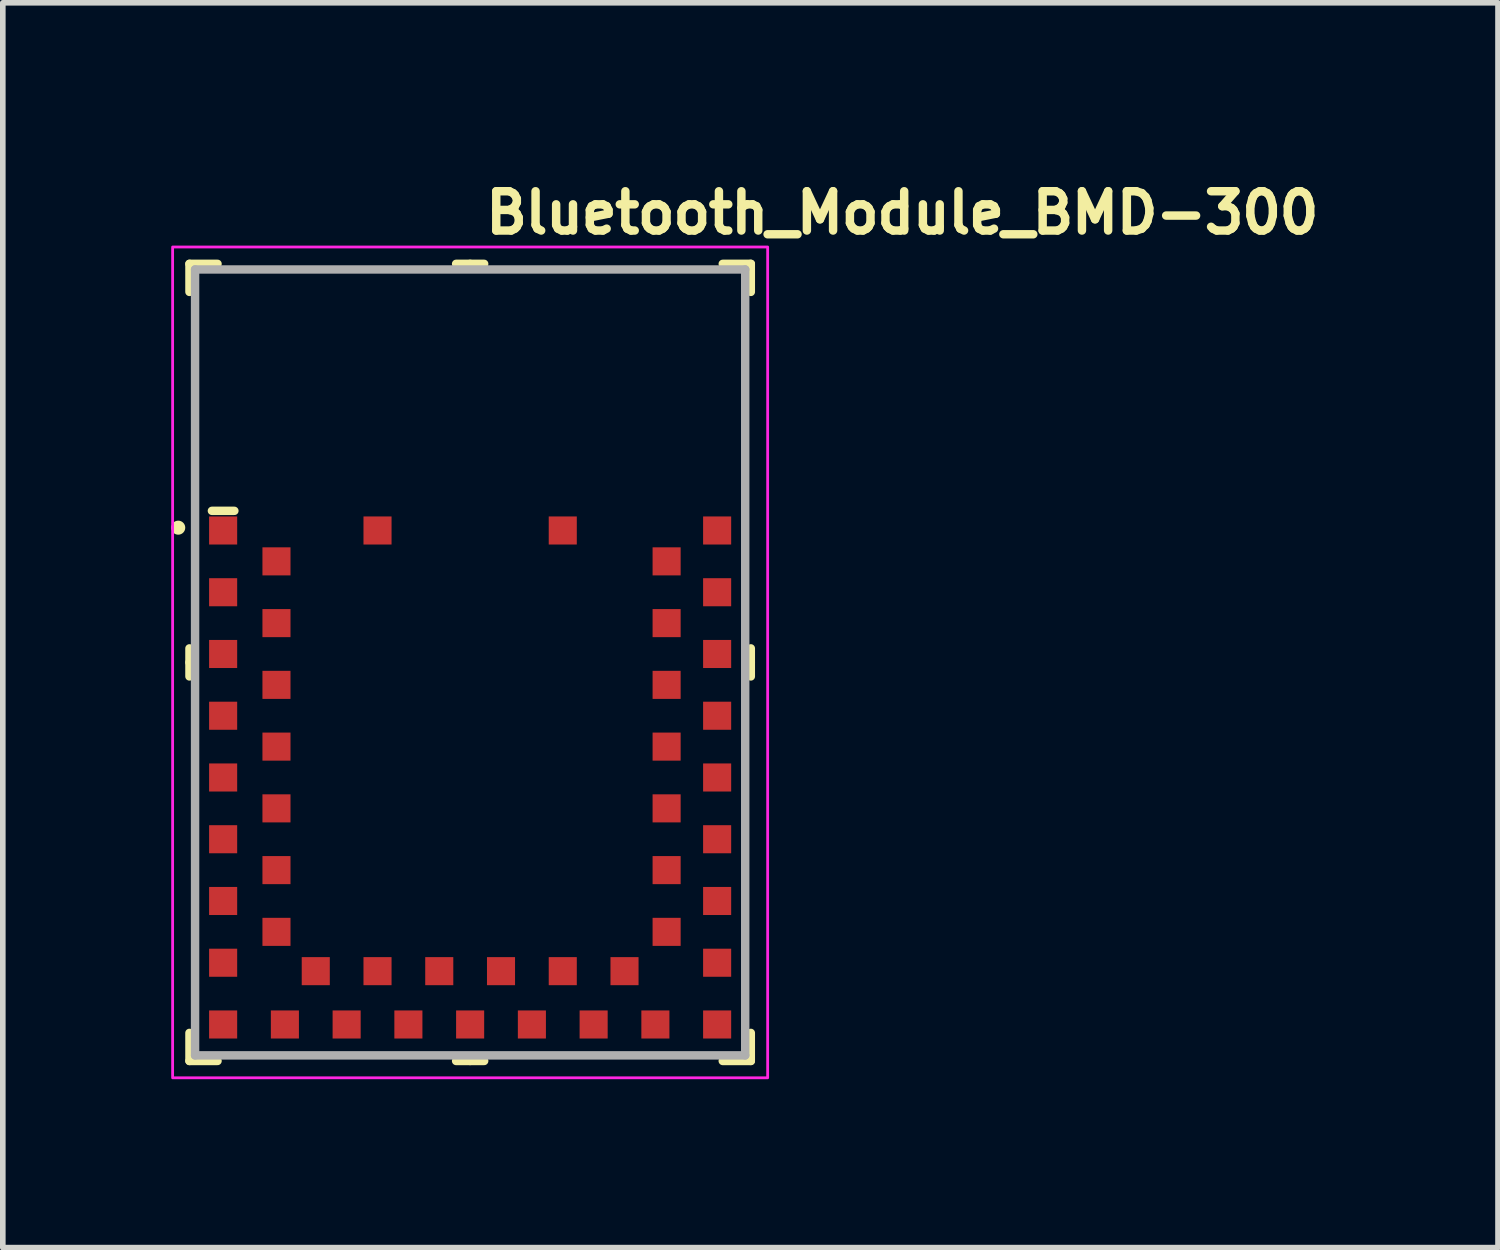
<source format=kicad_pcb>
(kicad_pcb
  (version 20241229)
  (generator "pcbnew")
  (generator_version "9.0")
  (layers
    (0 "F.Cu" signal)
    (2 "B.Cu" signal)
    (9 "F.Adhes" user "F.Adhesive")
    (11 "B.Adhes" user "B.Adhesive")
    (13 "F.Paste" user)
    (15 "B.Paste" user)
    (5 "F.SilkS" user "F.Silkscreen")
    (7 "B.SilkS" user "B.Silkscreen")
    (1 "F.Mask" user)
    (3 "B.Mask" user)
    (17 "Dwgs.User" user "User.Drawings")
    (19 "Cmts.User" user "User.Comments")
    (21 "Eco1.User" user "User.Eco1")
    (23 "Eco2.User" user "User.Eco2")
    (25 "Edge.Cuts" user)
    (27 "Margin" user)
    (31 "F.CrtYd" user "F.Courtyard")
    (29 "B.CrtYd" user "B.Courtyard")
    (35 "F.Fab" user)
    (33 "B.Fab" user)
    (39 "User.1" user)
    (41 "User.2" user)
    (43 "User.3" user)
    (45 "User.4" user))
  (footprint "Bluetooth_Module_BMD-300"
    (layer "F.Cu")
    (at 5.525 8.55)
    (property "Reference" "Bluetooth_Module_BMD-300" (at 0 -7.4 0) (layer "F.SilkS") (effects (font (size 0.7 0.7) (thickness 0.15)) (justify left bottom)))
    (attr smd)
    (fp_line (start -5.2 -6.9) (end -5.2 -6.4) (stroke (width 0.15) (type solid)) (layer "F.SilkS"))
    (fp_line (start -5.2 -6.9) (end -4.7 -6.9) (stroke (width 0.15) (type solid)) (layer "F.SilkS"))
    (fp_line (start -5.2 0.2) (end -5.2 -0.05) (stroke (width 0.15) (type solid)) (layer "F.SilkS"))
    (fp_line (start -5.2 0.2) (end -5.2 0.45) (stroke (width 0.15) (type solid)) (layer "F.SilkS"))
    (fp_line (start -5.2 7.3) (end -5.2 6.8) (stroke (width 0.15) (type solid)) (layer "F.SilkS"))
    (fp_line (start -5.2 7.3) (end -4.7 7.3) (stroke (width 0.15) (type solid)) (layer "F.SilkS"))
    (fp_line (start -4.4 -2.5) (end -4.8 -2.5) (stroke (width 0.15) (type solid)) (layer "F.SilkS"))
    (fp_line (start -0.2 -6.9) (end -0.45 -6.9) (stroke (width 0.15) (type solid)) (layer "F.SilkS"))
    (fp_line (start -0.2 -6.9) (end 0.05 -6.9) (stroke (width 0.15) (type solid)) (layer "F.SilkS"))
    (fp_line (start -0.2 7.3) (end -0.45 7.3) (stroke (width 0.15) (type solid)) (layer "F.SilkS"))
    (fp_line (start -0.2 7.3) (end 0.05 7.3) (stroke (width 0.15) (type solid)) (layer "F.SilkS"))
    (fp_line (start 4.8 -6.9) (end 4.3 -6.9) (stroke (width 0.15) (type solid)) (layer "F.SilkS"))
    (fp_line (start 4.8 -6.9) (end 4.8 -6.4) (stroke (width 0.15) (type solid)) (layer "F.SilkS"))
    (fp_line (start 4.8 0.2) (end 4.8 -0.05) (stroke (width 0.15) (type solid)) (layer "F.SilkS"))
    (fp_line (start 4.8 0.2) (end 4.8 0.45) (stroke (width 0.15) (type solid)) (layer "F.SilkS"))
    (fp_line (start 4.8 7.3) (end 4.3 7.3) (stroke (width 0.15) (type solid)) (layer "F.SilkS"))
    (fp_line (start 4.8 7.3) (end 4.8 6.8) (stroke (width 0.15) (type solid)) (layer "F.SilkS"))
    (fp_circle (center -5.4 -2.2) (end -5.4 -2.15) (stroke (width 0.15) (type solid)) (fill yes) (layer "F.SilkS"))
    (fp_rect (start 5.1 -7.2) (end -5.5 7.6) (stroke (width 0.05) (type solid)) (fill no) (layer "F.CrtYd"))
    (fp_line (start -5.1 -6.8) (end -5.1 7.2) (stroke (width 0.15) (type solid)) (layer "F.Fab"))
    (fp_line (start 4.7 -6.8) (end -5.1 -6.8) (stroke (width 0.15) (type solid)) (layer "F.Fab"))
    (fp_line (start 4.7 -6.8) (end 4.7 7.2) (stroke (width 0.15) (type solid)) (layer "F.Fab"))
    (fp_line (start 4.7 7.2) (end -5.1 7.2) (stroke (width 0.15) (type solid)) (layer "F.Fab"))
    (fp_rect (start -5.1 7.2) (end 4.7 -6.8) (stroke (width 0.1) (type solid)) (fill no) (layer "User.5"))
    (fp_line (start -5.1 -6.8) (end -5.1 7.2) (stroke (width 0.02) (type solid)) (layer "User.9"))
    (fp_line (start -5.1 7.2) (end 4.7 7.2) (stroke (width 0.02) (type solid)) (layer "User.9"))
    (fp_line (start -4.876 -1.696) (end -4.876 0.404) (stroke (width 0.02) (type solid)) (layer "User.9"))
    (fp_line (start -4.876 0.404) (end -4.525 0.404) (stroke (width 0.02) (type solid)) (layer "User.9"))
    (fp_line (start -4.827 4.319) (end -4.827 4.619) (stroke (width 0.02) (type solid)) (layer "User.9"))
    (fp_line (start -4.827 4.319) (end -4.525 4.319) (stroke (width 0.02) (type solid)) (layer "User.9"))
    (fp_line (start -4.827 5.619) (end -4.827 5.919) (stroke (width 0.02) (type solid)) (layer "User.9"))
    (fp_line (start -4.825 0.49) (end -4.825 2.971) (stroke (width 0.02) (type solid)) (layer "User.9"))
    (fp_line (start -4.825 0.49) (end -4.737 0.49) (stroke (width 0.02) (type solid)) (layer "User.9"))
    (fp_line (start -4.817 5.619) (end -4.817 4.619) (stroke (width 0.02) (type solid)) (layer "User.9"))
    (fp_line (start -4.737 0.49) (end -4.737 0.49) (stroke (width 0.02) (type solid)) (layer "User.9"))
    (fp_line (start -4.737 0.49) (end -4.525 0.49) (stroke (width 0.02) (type solid)) (layer "User.9"))
    (fp_line (start -4.737 2.971) (end -4.825 2.971) (stroke (width 0.02) (type solid)) (layer "User.9"))
    (fp_line (start -4.737 2.971) (end -4.737 2.971) (stroke (width 0.02) (type solid)) (layer "User.9"))
    (fp_line (start -4.675 3.268) (end -4.525 3.268) (stroke (width 0.02) (type solid)) (layer "User.9"))
    (fp_line (start -4.675 3.768) (end -4.675 3.268) (stroke (width 0.02) (type solid)) (layer "User.9"))
    (fp_line (start -4.675 3.768) (end -4.525 3.768) (stroke (width 0.02) (type solid)) (layer "User.9"))
    (fp_line (start -4.645 6.47) (end -4.525 6.47) (stroke (width 0.02) (type solid)) (layer "User.9"))
    (fp_line (start -4.645 6.97) (end -4.645 6.47) (stroke (width 0.02) (type solid)) (layer "User.9"))
    (fp_line (start -4.645 6.97) (end -4.395 6.97) (stroke (width 0.02) (type solid)) (layer "User.9"))
    (fp_line (start -4.525 -2.35) (end 4.125 -2.35) (stroke (width 0.02) (type solid)) (layer "User.9"))
    (fp_line (start -4.525 -2.262) (end -4.525 -2.35) (stroke (width 0.02) (type solid)) (layer "User.9"))
    (fp_line (start -4.525 -2.262) (end -4.525 -2.262) (stroke (width 0.02) (type solid)) (layer "User.9"))
    (fp_line (start -4.525 -2.05) (end -4.525 -2.262) (stroke (width 0.02) (type solid)) (layer "User.9"))
    (fp_line (start -4.525 -1.696) (end -4.876 -1.696) (stroke (width 0.02) (type solid)) (layer "User.9"))
    (fp_line (start -4.525 0.49) (end -4.525 -2.05) (stroke (width 0.02) (type solid)) (layer "User.9"))
    (fp_line (start -4.525 2.971) (end -4.737 2.971) (stroke (width 0.02) (type solid)) (layer "User.9"))
    (fp_line (start -4.525 4.619) (end -4.827 4.619) (stroke (width 0.02) (type solid)) (layer "User.9"))
    (fp_line (start -4.525 5.619) (end -4.827 5.619) (stroke (width 0.02) (type solid)) (layer "User.9"))
    (fp_line (start -4.525 5.919) (end -4.827 5.919) (stroke (width 0.02) (type solid)) (layer "User.9"))
    (fp_line (start -4.525 6.67) (end -4.525 2.971) (stroke (width 0.02) (type solid)) (layer "User.9"))
    (fp_line (start -4.395 6.67) (end -4.395 6.97) (stroke (width 0.02) (type solid)) (layer "User.9"))
    (fp_line (start -3.895 6.67) (end -3.895 6.97) (stroke (width 0.02) (type solid)) (layer "User.9"))
    (fp_line (start -3.895 6.96) (end -4.395 6.96) (stroke (width 0.02) (type solid)) (layer "User.9"))
    (fp_line (start -3.895 6.97) (end -3.645 6.97) (stroke (width 0.02) (type solid)) (layer "User.9"))
    (fp_line (start -3.645 6.67) (end -3.645 6.97) (stroke (width 0.02) (type solid)) (layer "User.9"))
    (fp_line (start -3.16 6.67) (end -4.525 6.67) (stroke (width 0.02) (type solid)) (layer "User.9"))
    (fp_line (start -3.16 6.882) (end -3.16 6.67) (stroke (width 0.02) (type solid)) (layer "User.9"))
    (fp_line (start -3.16 6.882) (end -3.16 6.882) (stroke (width 0.02) (type solid)) (layer "User.9"))
    (fp_line (start -3.16 6.97) (end -3.16 6.882) (stroke (width 0.02) (type solid)) (layer "User.9"))
    (fp_line (start -3.16 6.97) (end 4.125 6.97) (stroke (width 0.02) (type solid)) (layer "User.9"))
    (fp_line (start 4.125 -2.35) (end 4.125 -2.262) (stroke (width 0.02) (type solid)) (layer "User.9"))
    (fp_line (start 4.125 -2.262) (end 4.125 -2.262) (stroke (width 0.02) (type solid)) (layer "User.9"))
    (fp_line (start 4.125 -2.262) (end 4.125 -2.05) (stroke (width 0.02) (type solid)) (layer "User.9"))
    (fp_line (start 4.125 -2.05) (end 4.145 -2.088) (stroke (width 0.02) (type solid)) (layer "User.9"))
    (fp_line (start 4.125 -2.05) (end 4.184 -2.088) (stroke (width 0.02) (type solid)) (layer "User.9"))
    (fp_line (start 4.125 6.67) (end 4.125 6.882) (stroke (width 0.02) (type solid)) (layer "User.9"))
    (fp_line (start 4.125 6.882) (end 4.125 6.882) (stroke (width 0.02) (type solid)) (layer "User.9"))
    (fp_line (start 4.125 6.882) (end 4.125 6.97) (stroke (width 0.02) (type solid)) (layer "User.9"))
    (fp_line (start 4.145 -2.088) (end 4.163 -2.125) (stroke (width 0.02) (type solid)) (layer "User.9"))
    (fp_line (start 4.145 6.708) (end 4.125 6.67) (stroke (width 0.02) (type solid)) (layer "User.9"))
    (fp_line (start 4.163 -2.125) (end 4.172 -2.144) (stroke (width 0.02) (type solid)) (layer "User.9"))
    (fp_line (start 4.163 6.745) (end 4.145 6.708) (stroke (width 0.02) (type solid)) (layer "User.9"))
    (fp_line (start 4.172 -2.144) (end 4.18 -2.163) (stroke (width 0.02) (type solid)) (layer "User.9"))
    (fp_line (start 4.172 6.764) (end 4.163 6.745) (stroke (width 0.02) (type solid)) (layer "User.9"))
    (fp_line (start 4.18 -2.163) (end 4.188 -2.181) (stroke (width 0.02) (type solid)) (layer "User.9"))
    (fp_line (start 4.18 6.782) (end 4.172 6.764) (stroke (width 0.02) (type solid)) (layer "User.9"))
    (fp_line (start 4.184 -2.088) (end 4.24 -2.125) (stroke (width 0.02) (type solid)) (layer "User.9"))
    (fp_line (start 4.184 6.708) (end 4.125 6.67) (stroke (width 0.02) (type solid)) (layer "User.9"))
    (fp_line (start 4.188 -2.181) (end 4.196 -2.2) (stroke (width 0.02) (type solid)) (layer "User.9"))
    (fp_line (start 4.188 6.801) (end 4.18 6.782) (stroke (width 0.02) (type solid)) (layer "User.9"))
    (fp_line (start 4.196 -2.2) (end 4.202 -2.219) (stroke (width 0.02) (type solid)) (layer "User.9"))
    (fp_line (start 4.196 6.82) (end 4.188 6.801) (stroke (width 0.02) (type solid)) (layer "User.9"))
    (fp_line (start 4.202 -2.219) (end 4.208 -2.237) (stroke (width 0.02) (type solid)) (layer "User.9"))
    (fp_line (start 4.202 6.839) (end 4.196 6.82) (stroke (width 0.02) (type solid)) (layer "User.9"))
    (fp_line (start 4.208 -2.237) (end 4.213 -2.256) (stroke (width 0.02) (type solid)) (layer "User.9"))
    (fp_line (start 4.208 6.858) (end 4.202 6.839) (stroke (width 0.02) (type solid)) (layer "User.9"))
    (fp_line (start 4.213 -2.256) (end 4.217 -2.275) (stroke (width 0.02) (type solid)) (layer "User.9"))
    (fp_line (start 4.213 6.726) (end 4.184 6.708) (stroke (width 0.02) (type solid)) (layer "User.9"))
    (fp_line (start 4.213 6.876) (end 4.208 6.858) (stroke (width 0.02) (type solid)) (layer "User.9"))
    (fp_line (start 4.217 -2.275) (end 4.221 -2.294) (stroke (width 0.02) (type solid)) (layer "User.9"))
    (fp_line (start 4.217 6.895) (end 4.213 6.876) (stroke (width 0.02) (type solid)) (layer "User.9"))
    (fp_line (start 4.221 -2.294) (end 4.223 -2.312) (stroke (width 0.02) (type solid)) (layer "User.9"))
    (fp_line (start 4.221 6.914) (end 4.217 6.895) (stroke (width 0.02) (type solid)) (layer "User.9"))
    (fp_line (start 4.223 -2.312) (end 4.225 -2.331) (stroke (width 0.02) (type solid)) (layer "User.9"))
    (fp_line (start 4.223 6.932) (end 4.221 6.914) (stroke (width 0.02) (type solid)) (layer "User.9"))
    (fp_line (start 4.225 -2.331) (end 4.225 -2.35) (stroke (width 0.02) (type solid)) (layer "User.9"))
    (fp_line (start 4.225 6.951) (end 4.223 6.932) (stroke (width 0.02) (type solid)) (layer "User.9"))
    (fp_line (start 4.225 6.97) (end 4.225 6.951) (stroke (width 0.02) (type solid)) (layer "User.9"))
    (fp_line (start 4.24 -2.125) (end 4.266 -2.144) (stroke (width 0.02) (type solid)) (layer "User.9"))
    (fp_line (start 4.24 6.745) (end 4.213 6.726) (stroke (width 0.02) (type solid)) (layer "User.9"))
    (fp_line (start 4.266 -2.144) (end 4.291 -2.162) (stroke (width 0.02) (type solid)) (layer "User.9"))
    (fp_line (start 4.266 6.764) (end 4.24 6.745) (stroke (width 0.02) (type solid)) (layer "User.9"))
    (fp_line (start 4.291 -2.162) (end 4.315 -2.181) (stroke (width 0.02) (type solid)) (layer "User.9"))
    (fp_line (start 4.291 6.783) (end 4.266 6.764) (stroke (width 0.02) (type solid)) (layer "User.9"))
    (fp_line (start 4.315 -2.181) (end 4.337 -2.2) (stroke (width 0.02) (type solid)) (layer "User.9"))
    (fp_line (start 4.315 6.801) (end 4.291 6.783) (stroke (width 0.02) (type solid)) (layer "User.9"))
    (fp_line (start 4.337 -2.2) (end 4.356 -2.219) (stroke (width 0.02) (type solid)) (layer "User.9"))
    (fp_line (start 4.337 6.82) (end 4.315 6.801) (stroke (width 0.02) (type solid)) (layer "User.9"))
    (fp_line (start 4.356 -2.219) (end 4.374 -2.237) (stroke (width 0.02) (type solid)) (layer "User.9"))
    (fp_line (start 4.356 6.839) (end 4.337 6.82) (stroke (width 0.02) (type solid)) (layer "User.9"))
    (fp_line (start 4.365 6.848) (end 4.356 6.839) (stroke (width 0.02) (type solid)) (layer "User.9"))
    (fp_line (start 4.374 -2.237) (end 4.389 -2.256) (stroke (width 0.02) (type solid)) (layer "User.9"))
    (fp_line (start 4.374 6.857) (end 4.365 6.848) (stroke (width 0.02) (type solid)) (layer "User.9"))
    (fp_line (start 4.382 6.867) (end 4.374 6.857) (stroke (width 0.02) (type solid)) (layer "User.9"))
    (fp_line (start 4.389 -2.256) (end 4.402 -2.275) (stroke (width 0.02) (type solid)) (layer "User.9"))
    (fp_line (start 4.389 6.876) (end 4.382 6.867) (stroke (width 0.02) (type solid)) (layer "User.9"))
    (fp_line (start 4.396 6.886) (end 4.389 6.876) (stroke (width 0.02) (type solid)) (layer "User.9"))
    (fp_line (start 4.402 -2.275) (end 4.408 -2.284) (stroke (width 0.02) (type solid)) (layer "User.9"))
    (fp_line (start 4.402 6.895) (end 4.396 6.886) (stroke (width 0.02) (type solid)) (layer "User.9"))
    (fp_line (start 4.408 -2.284) (end 4.412 -2.294) (stroke (width 0.02) (type solid)) (layer "User.9"))
    (fp_line (start 4.408 6.904) (end 4.402 6.895) (stroke (width 0.02) (type solid)) (layer "User.9"))
    (fp_line (start 4.412 -2.294) (end 4.416 -2.303) (stroke (width 0.02) (type solid)) (layer "User.9"))
    (fp_line (start 4.412 6.914) (end 4.408 6.904) (stroke (width 0.02) (type solid)) (layer "User.9"))
    (fp_line (start 4.416 -2.303) (end 4.42 -2.312) (stroke (width 0.02) (type solid)) (layer "User.9"))
    (fp_line (start 4.416 6.923) (end 4.412 6.914) (stroke (width 0.02) (type solid)) (layer "User.9"))
    (fp_line (start 4.42 -2.312) (end 4.422 -2.322) (stroke (width 0.02) (type solid)) (layer "User.9"))
    (fp_line (start 4.42 6.932) (end 4.416 6.923) (stroke (width 0.02) (type solid)) (layer "User.9"))
    (fp_line (start 4.422 -2.322) (end 4.424 -2.331) (stroke (width 0.02) (type solid)) (layer "User.9"))
    (fp_line (start 4.422 6.942) (end 4.42 6.932) (stroke (width 0.02) (type solid)) (layer "User.9"))
    (fp_line (start 4.424 -2.331) (end 4.425 -2.341) (stroke (width 0.02) (type solid)) (layer "User.9"))
    (fp_line (start 4.424 6.951) (end 4.422 6.942) (stroke (width 0.02) (type solid)) (layer "User.9"))
    (fp_line (start 4.425 -2.35) (end 4.225 -2.35) (stroke (width 0.02) (type solid)) (layer "User.9"))
    (fp_line (start 4.425 -2.341) (end 4.425 -2.35) (stroke (width 0.02) (type solid)) (layer "User.9"))
    (fp_line (start 4.425 6.961) (end 4.424 6.951) (stroke (width 0.02) (type solid)) (layer "User.9"))
    (fp_line (start 4.425 6.97) (end 4.225 6.97) (stroke (width 0.02) (type solid)) (layer "User.9"))
    (fp_line (start 4.425 6.97) (end 4.425 -2.35) (stroke (width 0.02) (type solid)) (layer "User.9"))
    (fp_line (start 4.425 6.97) (end 4.425 6.961) (stroke (width 0.02) (type solid)) (layer "User.9"))
    (fp_line (start 4.7 -6.8) (end -5.1 -6.8) (stroke (width 0.02) (type solid)) (layer "User.9"))
    (fp_line (start 4.7 7.2) (end 4.7 -6.8) (stroke (width 0.02) (type solid)) (layer "User.9"))
    (pad "1" smd rect (at -4.6 -2.15 270) (size 0.5 0.5) (layers "F.Cu" "F.Mask" "F.Paste"))
    (pad "2" smd rect (at -3.65 -1.6 270) (size 0.5 0.5) (layers "F.Cu" "F.Mask" "F.Paste"))
    (pad "3" smd rect (at -4.6 -1.05 270) (size 0.5 0.5) (layers "F.Cu" "F.Mask" "F.Paste"))
    (pad "4" smd rect (at -3.65 -0.5 270) (size 0.5 0.5) (layers "F.Cu" "F.Mask" "F.Paste"))
    (pad "5" smd rect (at -4.6 0.05 270) (size 0.5 0.5) (layers "F.Cu" "F.Mask" "F.Paste"))
    (pad "6" smd rect (at -3.65 0.6 270) (size 0.5 0.5) (layers "F.Cu" "F.Mask" "F.Paste"))
    (pad "7" smd rect (at -4.6 1.15 270) (size 0.5 0.5) (layers "F.Cu" "F.Mask" "F.Paste"))
    (pad "8" smd rect (at -3.65 1.7 270) (size 0.5 0.5) (layers "F.Cu" "F.Mask" "F.Paste"))
    (pad "9" smd rect (at -4.6 2.25 270) (size 0.5 0.5) (layers "F.Cu" "F.Mask" "F.Paste"))
    (pad "10" smd rect (at -3.65 2.8 270) (size 0.5 0.5) (layers "F.Cu" "F.Mask" "F.Paste"))
    (pad "11" smd rect (at -4.6 3.35 270) (size 0.5 0.5) (layers "F.Cu" "F.Mask" "F.Paste"))
    (pad "12" smd rect (at -3.65 3.9 270) (size 0.5 0.5) (layers "F.Cu" "F.Mask" "F.Paste"))
    (pad "13" smd rect (at -4.6 4.45 270) (size 0.5 0.5) (layers "F.Cu" "F.Mask" "F.Paste"))
    (pad "14" smd rect (at -3.65 5 270) (size 0.5 0.5) (layers "F.Cu" "F.Mask" "F.Paste"))
    (pad "15" smd rect (at -4.6 5.55 270) (size 0.5 0.5) (layers "F.Cu" "F.Mask" "F.Paste"))
    (pad "16" smd rect (at -4.6 6.65 270) (size 0.5 0.5) (layers "F.Cu" "F.Mask" "F.Paste"))
    (pad "17" smd rect (at -3.5 6.65 270) (size 0.5 0.5) (layers "F.Cu" "F.Mask" "F.Paste"))
    (pad "18" smd rect (at -2.95 5.7 270) (size 0.5 0.5) (layers "F.Cu" "F.Mask" "F.Paste"))
    (pad "19" smd rect (at -2.4 6.65 270) (size 0.5 0.5) (layers "F.Cu" "F.Mask" "F.Paste"))
    (pad "20" smd rect (at -1.85 5.7 270) (size 0.5 0.5) (layers "F.Cu" "F.Mask" "F.Paste"))
    (pad "21" smd rect (at -1.3 6.65 270) (size 0.5 0.5) (layers "F.Cu" "F.Mask" "F.Paste"))
    (pad "22" smd rect (at -0.75 5.7 270) (size 0.5 0.5) (layers "F.Cu" "F.Mask" "F.Paste"))
    (pad "23" smd rect (at -0.2 6.65 270) (size 0.5 0.5) (layers "F.Cu" "F.Mask" "F.Paste"))
    (pad "24" smd rect (at 0.35 5.7 270) (size 0.5 0.5) (layers "F.Cu" "F.Mask" "F.Paste"))
    (pad "25" smd rect (at 0.9 6.65 270) (size 0.5 0.5) (layers "F.Cu" "F.Mask" "F.Paste"))
    (pad "26" smd rect (at 1.45 5.7 270) (size 0.5 0.5) (layers "F.Cu" "F.Mask" "F.Paste"))
    (pad "27" smd rect (at 2 6.65 270) (size 0.5 0.5) (layers "F.Cu" "F.Mask" "F.Paste"))
    (pad "28" smd rect (at 2.55 5.7 270) (size 0.5 0.5) (layers "F.Cu" "F.Mask" "F.Paste"))
    (pad "29" smd rect (at 3.1 6.65 270) (size 0.5 0.5) (layers "F.Cu" "F.Mask" "F.Paste"))
    (pad "30" smd rect (at 4.2 6.65 270) (size 0.5 0.5) (layers "F.Cu" "F.Mask" "F.Paste"))
    (pad "31" smd rect (at 4.2 5.55 270) (size 0.5 0.5) (layers "F.Cu" "F.Mask" "F.Paste"))
    (pad "32" smd rect (at 3.3 5 270) (size 0.5 0.5) (layers "F.Cu" "F.Mask" "F.Paste"))
    (pad "33" smd rect (at 4.2 4.45 270) (size 0.5 0.5) (layers "F.Cu" "F.Mask" "F.Paste"))
    (pad "34" smd rect (at 3.3 3.9 270) (size 0.5 0.5) (layers "F.Cu" "F.Mask" "F.Paste"))
    (pad "35" smd rect (at 4.2 3.35 270) (size 0.5 0.5) (layers "F.Cu" "F.Mask" "F.Paste"))
    (pad "36" smd rect (at 3.3 2.8 270) (size 0.5 0.5) (layers "F.Cu" "F.Mask" "F.Paste"))
    (pad "37" smd rect (at 4.2 2.25 270) (size 0.5 0.5) (layers "F.Cu" "F.Mask" "F.Paste"))
    (pad "38" smd rect (at 3.3 1.7 270) (size 0.5 0.5) (layers "F.Cu" "F.Mask" "F.Paste"))
    (pad "39" smd rect (at 4.2 1.15 270) (size 0.5 0.5) (layers "F.Cu" "F.Mask" "F.Paste"))
    (pad "40" smd rect (at 3.3 0.6 270) (size 0.5 0.5) (layers "F.Cu" "F.Mask" "F.Paste"))
    (pad "41" smd rect (at 4.2 0.05 270) (size 0.5 0.5) (layers "F.Cu" "F.Mask" "F.Paste"))
    (pad "42" smd rect (at 3.3 -0.5 270) (size 0.5 0.5) (layers "F.Cu" "F.Mask" "F.Paste"))
    (pad "43" smd rect (at 4.2 -1.05 270) (size 0.5 0.5) (layers "F.Cu" "F.Mask" "F.Paste"))
    (pad "44" smd rect (at 3.3 -1.6 270) (size 0.5 0.5) (layers "F.Cu" "F.Mask" "F.Paste"))
    (pad "45" smd rect (at 4.2 -2.15 270) (size 0.5 0.5) (layers "F.Cu" "F.Mask" "F.Paste"))
    (pad "46" smd rect (at 1.45 -2.15 270) (size 0.5 0.5) (layers "F.Cu" "F.Mask" "F.Paste"))
    (pad "47" smd rect (at -1.85 -2.15 270) (size 0.5 0.5) (layers "F.Cu" "F.Mask" "F.Paste")))
  (gr_rect
    (start -3 -3)
    (end 23.635 19.175)
    (stroke (width 0.1) (type default))
    (fill no)
    (layer "Edge.Cuts")))
</source>
